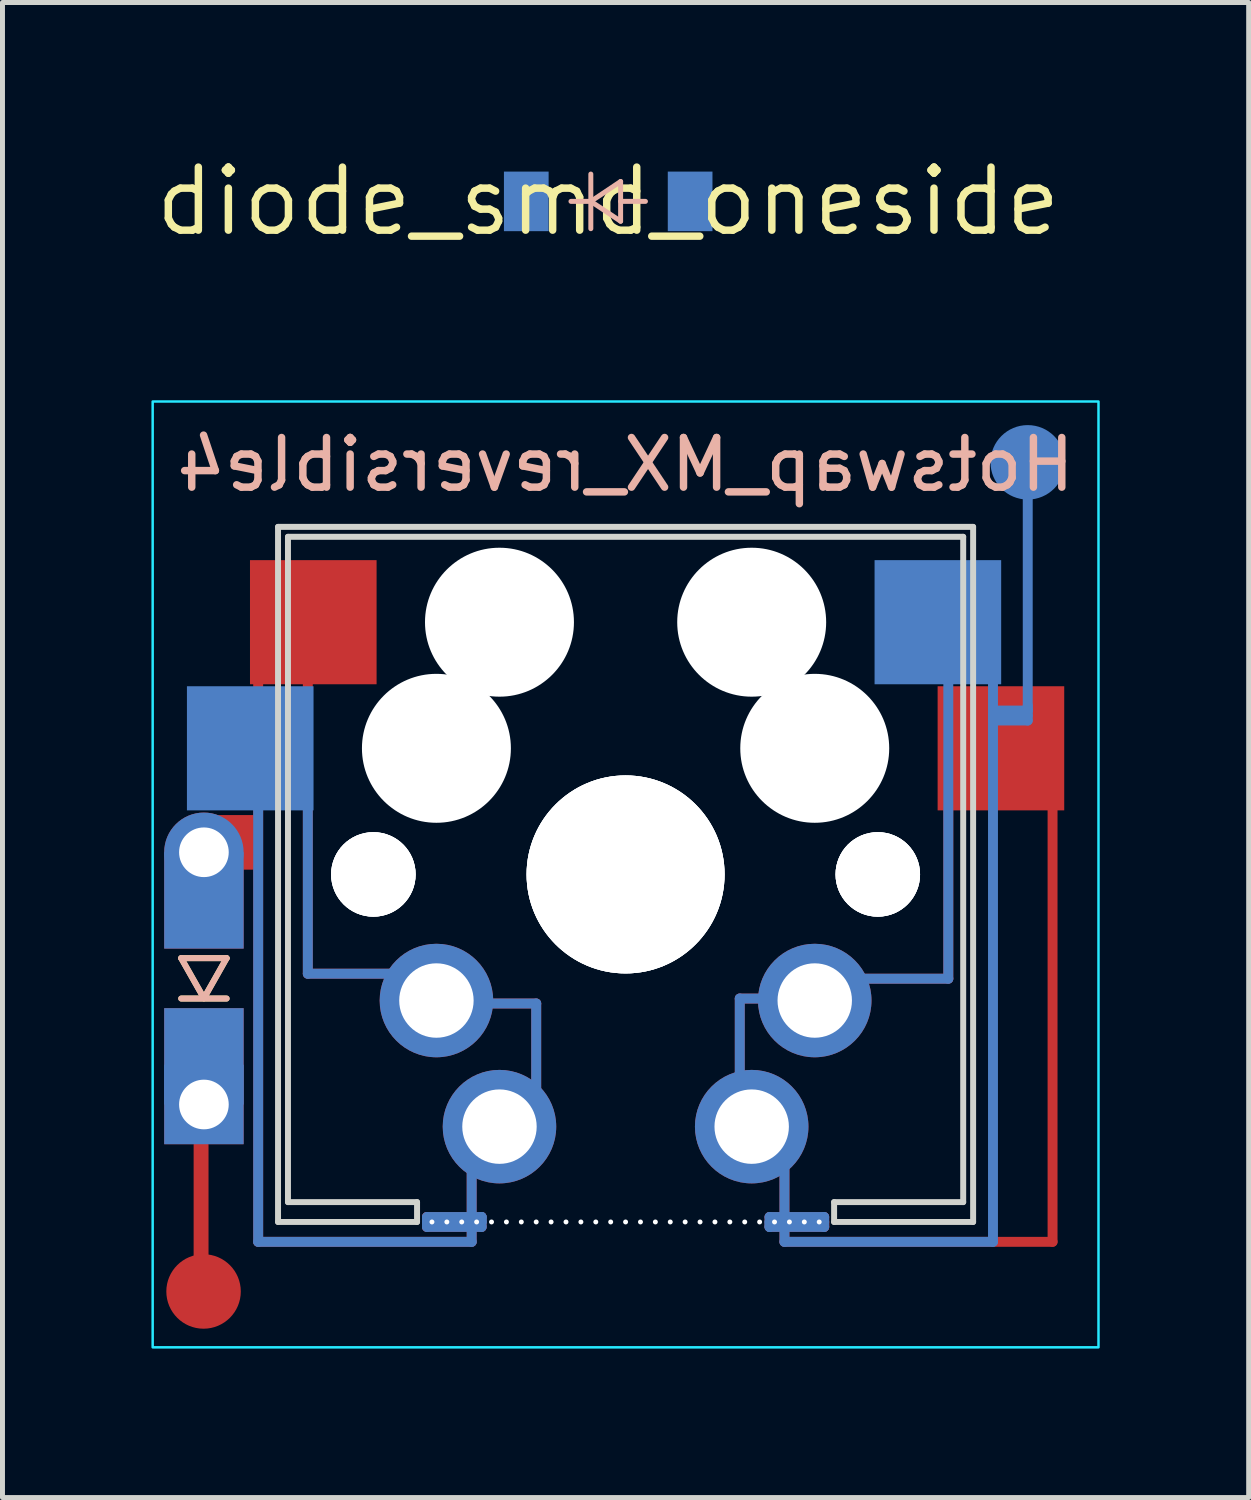
<source format=kicad_pcb>
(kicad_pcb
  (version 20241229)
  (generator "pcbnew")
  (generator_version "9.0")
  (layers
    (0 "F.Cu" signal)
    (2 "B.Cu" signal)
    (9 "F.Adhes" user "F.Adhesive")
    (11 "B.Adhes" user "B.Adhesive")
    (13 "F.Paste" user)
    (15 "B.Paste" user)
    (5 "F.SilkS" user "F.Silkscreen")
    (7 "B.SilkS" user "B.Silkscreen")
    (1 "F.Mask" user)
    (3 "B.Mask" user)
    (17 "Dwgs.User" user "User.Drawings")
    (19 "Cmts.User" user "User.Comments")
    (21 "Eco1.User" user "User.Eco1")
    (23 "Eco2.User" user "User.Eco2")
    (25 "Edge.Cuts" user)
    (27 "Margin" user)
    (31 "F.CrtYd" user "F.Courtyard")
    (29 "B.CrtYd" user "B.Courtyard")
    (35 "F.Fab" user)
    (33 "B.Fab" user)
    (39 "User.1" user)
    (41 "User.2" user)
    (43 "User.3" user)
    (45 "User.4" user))
  (footprint "Hotswap_MX_reversible4"
    (layer "F.Cu")
    (at 9.55 14.562)
    (property "Reference" "Hotswap_MX_reversible4" (at 0 -8.255 0) (layer "B.SilkS") (effects (font (size 1 1) (thickness 0.15)) (justify mirror)))
    (attr smd)
    (fp_line (start -8.55 5.45) (end -8.55 7.9) (stroke (width 0.3) (type solid)) (layer "F.Cu"))
    (fp_line (start -7.493 -1.046) (end -8.393 -1.046) (stroke (width 0.3) (type solid)) (layer "F.Cu"))
    (fp_line (start -7.493 -0.846) (end -7.993 -0.846) (stroke (width 0.3) (type solid)) (layer "F.Cu"))
    (fp_line (start -7.493 -0.646) (end -7.993 -0.646) (stroke (width 0.3) (type solid)) (layer "F.Cu"))
    (fp_line (start -7.493 -0.446) (end -7.993 -0.446) (stroke (width 0.3) (type solid)) (layer "F.Cu"))
    (fp_line (start -7.493 -0.246) (end -7.993 -0.246) (stroke (width 0.3) (type solid)) (layer "F.Cu"))
    (fp_line (start -7.4 7.4) (end -7.4 -4.1) (stroke (width 0.2) (type solid)) (layer "F.Cu"))
    (fp_line (start -7.4 7.4) (end -3.1 7.4) (stroke (width 0.2) (type solid)) (layer "F.Cu"))
    (fp_line (start -6.4 -4) (end -6.4 2) (stroke (width 0.2) (type solid)) (layer "F.Cu"))
    (fp_line (start -6.4 2) (end -4.6 2) (stroke (width 0.2) (type solid)) (layer "F.Cu"))
    (fp_line (start -4 6.9) (end -4 7) (stroke (width 0.2) (type solid)) (layer "F.Cu"))
    (fp_line (start -4 6.9) (end -2.9 6.9) (stroke (width 0.2) (type solid)) (layer "F.Cu"))
    (fp_line (start -4 7) (end -2.9 7) (stroke (width 0.2) (type solid)) (layer "F.Cu"))
    (fp_line (start -4 7.1) (end -4 6.9) (stroke (width 0.2) (type solid)) (layer "F.Cu"))
    (fp_line (start -3.1 7.4) (end -3.1 5.8) (stroke (width 0.2) (type solid)) (layer "F.Cu"))
    (fp_line (start -2.9 6.9) (end -2.9 7.1) (stroke (width 0.2) (type solid)) (layer "F.Cu"))
    (fp_line (start -2.9 7.1) (end -4 7.1) (stroke (width 0.2) (type solid)) (layer "F.Cu"))
    (fp_line (start -2.8 2.6) (end -1.8 2.6) (stroke (width 0.2) (type solid)) (layer "F.Cu"))
    (fp_line (start -1.8 2.6) (end -1.8 4.5) (stroke (width 0.2) (type solid)) (layer "F.Cu"))
    (fp_line (start 2.3 2.5) (end 2.9 2.5) (stroke (width 0.2) (type solid)) (layer "F.Cu"))
    (fp_line (start 2.3 4.1) (end 2.3 2.5) (stroke (width 0.2) (type solid)) (layer "F.Cu"))
    (fp_line (start 2.9 6.9) (end 4 6.9) (stroke (width 0.2) (type solid)) (layer "F.Cu"))
    (fp_line (start 2.9 7.1) (end 2.9 6.9) (stroke (width 0.2) (type solid)) (layer "F.Cu"))
    (fp_line (start 3 7) (end 4 7) (stroke (width 0.2) (type solid)) (layer "F.Cu"))
    (fp_line (start 3 7.1) (end 2.9 7.1) (stroke (width 0.2) (type solid)) (layer "F.Cu"))
    (fp_line (start 3.2 7.4) (end 3.2 5.8) (stroke (width 0.2) (type solid)) (layer "F.Cu"))
    (fp_line (start 4 6.9) (end 4 7.1) (stroke (width 0.2) (type solid)) (layer "F.Cu"))
    (fp_line (start 4 7) (end 4 7.1) (stroke (width 0.2) (type solid)) (layer "F.Cu"))
    (fp_line (start 4 7.1) (end 3 7.1) (stroke (width 0.2) (type solid)) (layer "F.Cu"))
    (fp_line (start 6.5 -1.6) (end 6.5 2.1) (stroke (width 0.2) (type solid)) (layer "F.Cu"))
    (fp_line (start 6.5 2.1) (end 4.5 2.1) (stroke (width 0.2) (type solid)) (layer "F.Cu"))
    (fp_line (start 8.6 -1.4) (end 8.6 7.4) (stroke (width 0.2) (type solid)) (layer "F.Cu"))
    (fp_line (start 8.6 7.4) (end 3.2 7.4) (stroke (width 0.2) (type solid)) (layer "F.Cu"))
    (fp_line (start -7.4 -1.6) (end -7.4 7.4) (stroke (width 0.2) (type solid)) (layer "B.Cu"))
    (fp_line (start -7.4 7.4) (end -3.1 7.4) (stroke (width 0.2) (type solid)) (layer "B.Cu"))
    (fp_line (start -6.4 -1.4) (end -6.4 2) (stroke (width 0.2) (type solid)) (layer "B.Cu"))
    (fp_line (start -6.4 2) (end -4.5 2) (stroke (width 0.2) (type solid)) (layer "B.Cu"))
    (fp_line (start -4 6.9) (end -4 7.1) (stroke (width 0.2) (type solid)) (layer "B.Cu"))
    (fp_line (start -4 7.1) (end -2.9 7.1) (stroke (width 0.2) (type solid)) (layer "B.Cu"))
    (fp_line (start -3.1 7.4) (end -3.1 5.7) (stroke (width 0.2) (type solid)) (layer "B.Cu"))
    (fp_line (start -2.9 2.6) (end -1.8 2.6) (stroke (width 0.2) (type solid)) (layer "B.Cu"))
    (fp_line (start -2.9 6.9) (end -4 6.9) (stroke (width 0.2) (type solid)) (layer "B.Cu"))
    (fp_line (start -2.9 6.9) (end -2.9 7) (stroke (width 0.2) (type solid)) (layer "B.Cu"))
    (fp_line (start -2.9 7) (end -4 7) (stroke (width 0.2) (type solid)) (layer "B.Cu"))
    (fp_line (start -2.9 7.1) (end -2.9 6.9) (stroke (width 0.2) (type solid)) (layer "B.Cu"))
    (fp_line (start -1.8 2.6) (end -1.8 4.6) (stroke (width 0.2) (type solid)) (layer "B.Cu"))
    (fp_line (start 2.3 2.5) (end 2.9 2.5) (stroke (width 0.2) (type solid)) (layer "B.Cu"))
    (fp_line (start 2.3 4.3) (end 2.3 2.5) (stroke (width 0.2) (type solid)) (layer "B.Cu"))
    (fp_line (start 2.9 6.9) (end 4 6.9) (stroke (width 0.2) (type solid)) (layer "B.Cu"))
    (fp_line (start 2.9 7) (end 4 7) (stroke (width 0.2) (type solid)) (layer "B.Cu"))
    (fp_line (start 2.9 7.1) (end 2.9 6.9) (stroke (width 0.2) (type solid)) (layer "B.Cu"))
    (fp_line (start 2.9 7.1) (end 2.9 7) (stroke (width 0.2) (type solid)) (layer "B.Cu"))
    (fp_line (start 3.2 5.9) (end 3.2 7.4) (stroke (width 0.2) (type solid)) (layer "B.Cu"))
    (fp_line (start 3.2 7.4) (end 7.4 7.4) (stroke (width 0.2) (type solid)) (layer "B.Cu"))
    (fp_line (start 4 6.9) (end 4 7.1) (stroke (width 0.2) (type solid)) (layer "B.Cu"))
    (fp_line (start 4 7.1) (end 2.9 7.1) (stroke (width 0.2) (type solid)) (layer "B.Cu"))
    (fp_line (start 4.6 2.1) (end 6.5 2.1) (stroke (width 0.2) (type solid)) (layer "B.Cu"))
    (fp_line (start 6.5 2.1) (end 6.5 -4.1) (stroke (width 0.2) (type solid)) (layer "B.Cu"))
    (fp_line (start 7.4 -3.9) (end 7.4 7.4) (stroke (width 0.2) (type solid)) (layer "B.Cu"))
    (fp_line (start 7.4 -3.2) (end 8.1 -3.2) (stroke (width 0.2) (type solid)) (layer "B.Cu"))
    (fp_line (start 7.4 -3.1) (end 8.1 -3.1) (stroke (width 0.2) (type solid)) (layer "B.Cu"))
    (fp_line (start 8.1 -7.65) (end 8.1 -3.3) (stroke (width 0.2) (type solid)) (layer "B.Cu"))
    (fp_line (start 8.1 -3.3) (end 7.5 -3.3) (stroke (width 0.2) (type solid)) (layer "B.Cu"))
    (fp_line (start 8.1 -3.1) (end 8.1 -3.4) (stroke (width 0.2) (type solid)) (layer "B.Cu"))
    (fp_line (start -8.95 1.687) (end -8.036 1.687) (stroke (width 0.12) (type solid)) (layer "F.SilkS"))
    (fp_line (start -8.95 2.5) (end -8.036 2.5) (stroke (width 0.12) (type solid)) (layer "F.SilkS"))
    (fp_line (start -8.493 2.494) (end -8.95 1.687) (stroke (width 0.12) (type solid)) (layer "F.SilkS"))
    (fp_line (start -8.036 1.687) (end -8.493 2.494) (stroke (width 0.12) (type solid)) (layer "F.SilkS"))
    (fp_line (start -8.95 1.687) (end -8.036 1.687) (stroke (width 0.12) (type solid)) (layer "B.SilkS"))
    (fp_line (start -8.95 2.5) (end -8.036 2.5) (stroke (width 0.12) (type solid)) (layer "B.SilkS"))
    (fp_line (start -8.493 2.494) (end -8.95 1.687) (stroke (width 0.12) (type solid)) (layer "B.SilkS"))
    (fp_line (start -8.036 1.687) (end -8.493 2.494) (stroke (width 0.12) (type solid)) (layer "B.SilkS"))
    (fp_line (start -7 7) (end -7 -7) (stroke (width 0.12) (type solid)) (layer "Edge.Cuts"))
    (fp_line (start -7 7) (end -4.2 7) (stroke (width 0.12) (type solid)) (layer "Edge.Cuts"))
    (fp_line (start -6.8 -6.8) (end 6.8 -6.8) (stroke (width 0.12) (type solid)) (layer "Edge.Cuts"))
    (fp_line (start -6.8 6.6) (end -6.8 -6.8) (stroke (width 0.12) (type solid)) (layer "Edge.Cuts"))
    (fp_line (start -6.8 6.6) (end -4.2 6.6) (stroke (width 0.12) (type solid)) (layer "Edge.Cuts"))
    (fp_line (start -4.2 6.6) (end -4.2 7) (stroke (width 0.12) (type solid)) (layer "Edge.Cuts"))
    (fp_line (start 4.2 6.6) (end 4.2 7) (stroke (width 0.12) (type solid)) (layer "Edge.Cuts"))
    (fp_line (start 4.2 6.6) (end 6.8 6.6) (stroke (width 0.12) (type solid)) (layer "Edge.Cuts"))
    (fp_line (start 4.2 7) (end 7 7) (stroke (width 0.12) (type solid)) (layer "Edge.Cuts"))
    (fp_line (start 6.8 -6.8) (end 6.8 6.6) (stroke (width 0.12) (type solid)) (layer "Edge.Cuts"))
    (fp_line (start 7 -7) (end -7 -7) (stroke (width 0.12) (type solid)) (layer "Edge.Cuts"))
    (fp_line (start 7 7) (end 7 -7) (stroke (width 0.12) (type solid)) (layer "Edge.Cuts"))
    (fp_rect (start -9.525 9.525) (end 9.525 -9.525) (stroke (width 0.05) (type solid)) (fill no) (layer "B.CrtYd"))
    (pad "" thru_hole circle (at -8.493 -0.446 270) (size 1.6 1.6) (drill 1) (layers "*.Cu" "*.Mask"))
    (pad "" smd rect (at -8.493 0.524 270) (size 1.94 1.6) (layers "F.Cu" "F.Mask" "F.Paste"))
    (pad "" smd rect (at -8.493 0.524 270) (size 1.94 1.6) (layers "B.Cu" "B.Mask" "B.Paste"))
    (pad "" smd rect (at -8.493 3.664 270) (size 1.94 1.6) (layers "F.Cu" "F.Mask" "F.Paste"))
    (pad "" smd rect (at -8.493 3.664 270) (size 1.94 1.6) (layers "B.Cu" "B.Mask" "B.Paste"))
    (pad "" thru_hole rect (at -8.493 4.634 270) (size 1.6 1.6) (drill 1) (layers "*.Cu" "*.Mask"))
    (pad "" smd rect (at -7.56 -2.54) (size 2.55 2.5) (layers "B.Cu" "B.Mask" "B.Paste"))
    (pad "" smd rect (at -6.29 -5.08) (size 2.55 2.5) (layers "F.Cu" "F.Mask" "F.Paste"))
    (pad "" np_thru_hole circle (at -5.08 0) (size 1.702 1.702) (drill 1.702) (layers "*.Cu" "*.Mask"))
    (pad "" np_thru_hole circle (at -5.08 0 180) (size 1.702 1.702) (drill 1.702) (layers "*.Cu" "*.Mask"))
    (pad "" np_thru_hole circle (at -5.08 0) (size 1.702 1.702) (drill 1.702) (layers "*.Cu" "*.Mask"))
    (pad "" np_thru_hole circle (at -3.9 7) (size 0.1 0.1) (drill 0.2) (layers "*.Cu" "*.Mask"))
    (pad "" np_thru_hole circle (at -3.81 -2.54) (size 3 3) (drill 3) (layers "*.Cu" "*.Mask"))
    (pad "" thru_hole circle (at -3.81 2.54 180) (size 2.286 2.286) (drill 1.499) (layers "*.Cu" "*.Mask"))
    (pad "" np_thru_hole circle (at -3.6 7) (size 0.1 0.1) (drill 0.2) (layers "*.Cu" "*.Mask"))
    (pad "" np_thru_hole circle (at -3.3 7) (size 0.1 0.1) (drill 0.2) (layers "*.Cu" "*.Mask"))
    (pad "" np_thru_hole circle (at -3 7) (size 0.1 0.1) (drill 0.2) (layers "*.Cu" "*.Mask"))
    (pad "" np_thru_hole circle (at -2.7 7) (size 0.1 0.1) (drill 0.2) (layers "*.Cu" "*.Mask"))
    (pad "" np_thru_hole circle (at -2.54 -5.08) (size 3 3) (drill 3) (layers "*.Cu" "*.Mask"))
    (pad "" thru_hole circle (at -2.54 5.08 180) (size 2.286 2.286) (drill 1.499) (layers "*.Cu" "*.Mask"))
    (pad "" np_thru_hole circle (at -2.4 7) (size 0.1 0.1) (drill 0.2) (layers "*.Cu" "*.Mask"))
    (pad "" np_thru_hole circle (at -2.1 7) (size 0.1 0.1) (drill 0.2) (layers "*.Cu" "*.Mask"))
    (pad "" np_thru_hole circle (at -1.8 7) (size 0.1 0.1) (drill 0.2) (layers "*.Cu" "*.Mask"))
    (pad "" np_thru_hole circle (at -1.5 7) (size 0.1 0.1) (drill 0.2) (layers "*.Cu" "*.Mask"))
    (pad "" np_thru_hole circle (at -1.2 7) (size 0.1 0.1) (drill 0.2) (layers "*.Cu" "*.Mask"))
    (pad "" np_thru_hole circle (at -0.9 7) (size 0.1 0.1) (drill 0.2) (layers "*.Cu" "*.Mask"))
    (pad "" np_thru_hole circle (at -0.6 7) (size 0.1 0.1) (drill 0.2) (layers "*.Cu" "*.Mask"))
    (pad "" np_thru_hole circle (at -0.3 7) (size 0.1 0.1) (drill 0.2) (layers "*.Cu" "*.Mask"))
    (pad "" np_thru_hole circle (at 0 0) (size 3.988 3.988) (drill 3.988) (layers "*.Cu" "*.Mask"))
    (pad "" np_thru_hole circle (at 0 0) (size 3.988 3.988) (drill 3.988) (layers "*.Cu" "*.Mask"))
    (pad "" np_thru_hole circle (at 0 0 180) (size 3.988 3.988) (drill 3.988) (layers "*.Cu" "*.Mask"))
    (pad "" np_thru_hole circle (at 0 7) (size 0.1 0.1) (drill 0.2) (layers "*.Cu" "*.Mask"))
    (pad "" np_thru_hole circle (at 0.3 7) (size 0.1 0.1) (drill 0.2) (layers "*.Cu" "*.Mask"))
    (pad "" np_thru_hole circle (at 0.6 7) (size 0.1 0.1) (drill 0.2) (layers "*.Cu" "*.Mask"))
    (pad "" np_thru_hole circle (at 0.9 7) (size 0.1 0.1) (drill 0.2) (layers "*.Cu" "*.Mask"))
    (pad "" np_thru_hole circle (at 1.2 7) (size 0.1 0.1) (drill 0.2) (layers "*.Cu" "*.Mask"))
    (pad "" np_thru_hole circle (at 1.5 7) (size 0.1 0.1) (drill 0.2) (layers "*.Cu" "*.Mask"))
    (pad "" np_thru_hole circle (at 1.8 7) (size 0.1 0.1) (drill 0.2) (layers "*.Cu" "*.Mask"))
    (pad "" np_thru_hole circle (at 2.1 7) (size 0.1 0.1) (drill 0.2) (layers "*.Cu" "*.Mask"))
    (pad "" np_thru_hole circle (at 2.4 7) (size 0.1 0.1) (drill 0.2) (layers "*.Cu" "*.Mask"))
    (pad "" np_thru_hole circle (at 2.54 -5.08) (size 3 3) (drill 3) (layers "*.Cu" "*.Mask"))
    (pad "" thru_hole circle (at 2.54 5.08 180) (size 2.286 2.286) (drill 1.499) (layers "*.Cu" "*.Mask"))
    (pad "" np_thru_hole circle (at 2.7 7) (size 0.1 0.1) (drill 0.2) (layers "*.Cu" "*.Mask"))
    (pad "" np_thru_hole circle (at 3 7) (size 0.1 0.1) (drill 0.2) (layers "*.Cu" "*.Mask"))
    (pad "" np_thru_hole circle (at 3.3 7) (size 0.1 0.1) (drill 0.2) (layers "*.Cu" "*.Mask"))
    (pad "" np_thru_hole circle (at 3.6 7) (size 0.1 0.1) (drill 0.2) (layers "*.Cu" "*.Mask"))
    (pad "" np_thru_hole circle (at 3.81 -2.54) (size 3 3) (drill 3) (layers "*.Cu" "*.Mask"))
    (pad "" thru_hole circle (at 3.81 2.54 180) (size 2.286 2.286) (drill 1.499) (layers "*.Cu" "*.Mask"))
    (pad "" np_thru_hole circle (at 3.9 7) (size 0.1 0.1) (drill 0.2) (layers "*.Cu" "*.Mask"))
    (pad "" np_thru_hole circle (at 5.08 0) (size 1.702 1.702) (drill 1.702) (layers "*.Cu" "*.Mask"))
    (pad "" np_thru_hole circle (at 5.08 0 180) (size 1.702 1.702) (drill 1.702) (layers "*.Cu" "*.Mask"))
    (pad "" np_thru_hole circle (at 5.08 0) (size 1.702 1.702) (drill 1.702) (layers "*.Cu" "*.Mask"))
    (pad "" smd rect (at 6.29 -5.08) (size 2.55 2.5) (layers "B.Cu" "B.Mask" "B.Paste"))
    (pad "" smd rect (at 7.56 -2.54) (size 2.55 2.5) (layers "F.Cu" "F.Mask" "F.Paste"))
    (pad "1" smd circle (at -8.5 8.4) (size 1.5 1.5) (layers "F.Cu"))
    (pad "2" smd circle (at 8.1 -8.3 180) (size 1.5 1.5) (layers "B.Cu")))
  (footprint "diode_smd_oneside"
    (layer "F.Cu")
    (at 9.2 1.006)
    (property "Reference" "diode_smd_oneside" (at 0 0 0) (layer "F.SilkS") (effects (font (size 1.27 1.27) (thickness 0.15))))
    (attr smd)
    (fp_line (start -0.75 0) (end -0.35 0) (stroke (width 0.1) (type solid)) (layer "B.SilkS"))
    (fp_line (start -0.35 0) (end -0.35 -0.55) (stroke (width 0.1) (type solid)) (layer "B.SilkS"))
    (fp_line (start -0.35 0) (end -0.35 0.55) (stroke (width 0.1) (type solid)) (layer "B.SilkS"))
    (fp_line (start -0.35 0) (end 0.25 -0.4) (stroke (width 0.1) (type solid)) (layer "B.SilkS"))
    (fp_line (start 0.25 -0.4) (end 0.25 0.4) (stroke (width 0.1) (type solid)) (layer "B.SilkS"))
    (fp_line (start 0.25 0) (end 0.75 0) (stroke (width 0.1) (type solid)) (layer "B.SilkS"))
    (fp_line (start 0.25 0.4) (end -0.35 0) (stroke (width 0.1) (type solid)) (layer "B.SilkS"))
    (pad "1" smd rect (at -1.65 0) (size 0.9 1.2) (layers "B.Cu" "B.Mask" "B.Paste"))
    (pad "2" smd rect (at 1.65 0) (size 0.9 1.2) (layers "B.Cu" "B.Mask" "B.Paste")))
  (gr_rect
    (start -3 -3)
    (end 22.1 27.112)
    (stroke (width 0.1) (type default))
    (fill no)
    (layer "Edge.Cuts")))
</source>
